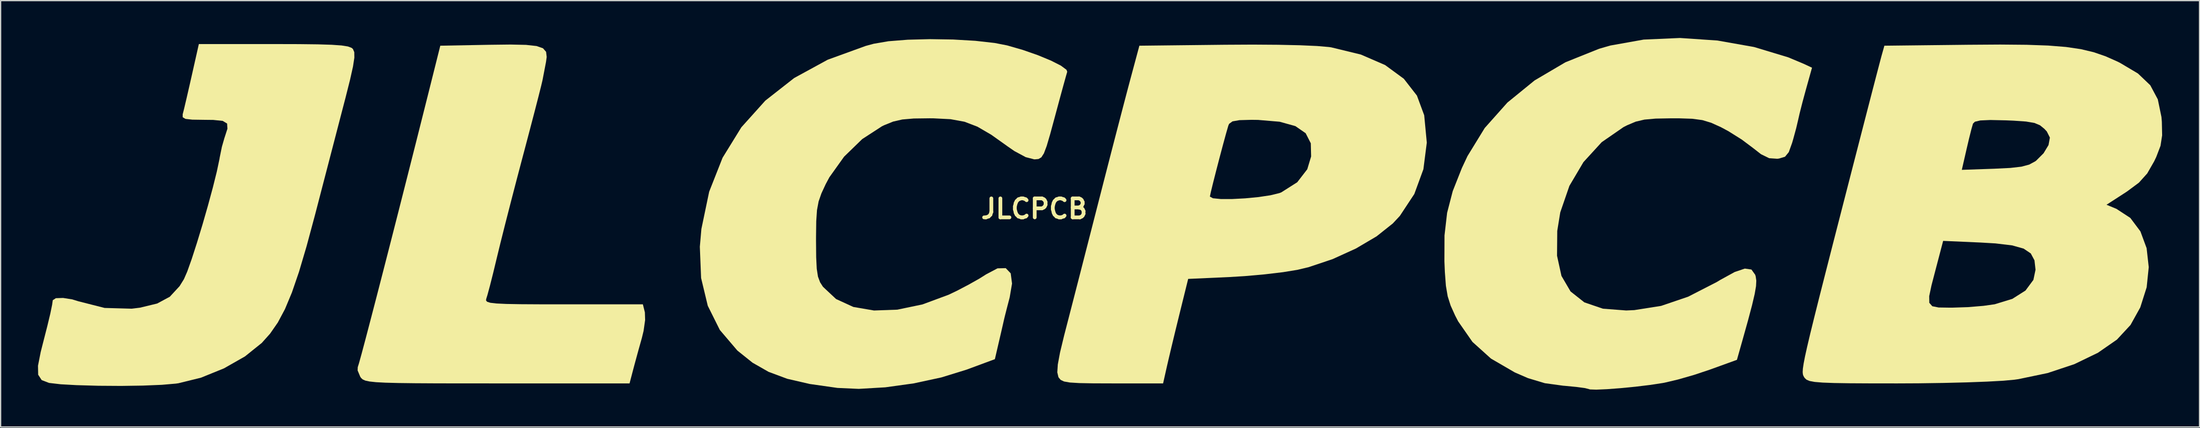
<source format=kicad_pcb>
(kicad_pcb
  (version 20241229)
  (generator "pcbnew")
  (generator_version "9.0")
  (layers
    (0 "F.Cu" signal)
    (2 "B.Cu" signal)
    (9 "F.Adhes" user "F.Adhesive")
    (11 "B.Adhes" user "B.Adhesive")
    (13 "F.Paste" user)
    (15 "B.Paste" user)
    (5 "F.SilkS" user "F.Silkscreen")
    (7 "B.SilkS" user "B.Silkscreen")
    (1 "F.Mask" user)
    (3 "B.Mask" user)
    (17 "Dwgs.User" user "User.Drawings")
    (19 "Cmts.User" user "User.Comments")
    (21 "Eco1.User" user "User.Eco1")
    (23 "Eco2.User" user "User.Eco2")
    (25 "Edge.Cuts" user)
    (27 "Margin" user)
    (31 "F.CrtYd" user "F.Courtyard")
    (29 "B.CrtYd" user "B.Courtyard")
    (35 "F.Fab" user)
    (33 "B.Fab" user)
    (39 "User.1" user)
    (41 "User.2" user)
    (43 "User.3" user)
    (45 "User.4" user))
  (footprint "JLCPCB Logo 2"
    (layer "F.Cu")
    (at 84.55 13.717)
    (property "Reference" "JLCPCB Logo 2" (at 0 0 0) (layer "F.SilkS") (effects (font (size 1.524 1.524) (thickness 0.3))))
    (attr board_only exclude_from_pos_files exclude_from_bom)
    (fp_poly (pts (xy -45.372 -13.163) (xy -44.525 -13.07) (xy -44.01 -12.89) (xy -43.762 -12.604) (xy -43.714 -12.192) (xy -43.769 -11.791) (xy -43.927 -10.966) (xy -44.05 -10.327) (xy -44.155 -9.882) (xy -44.374 -9.012) (xy -44.685 -7.805) (xy -45.067 -6.346) (xy -45.495 -4.722) (xy -45.623 -4.242) (xy -46.108 -2.404) (xy -46.594 -0.534) (xy -47.047 1.234) (xy -47.432 2.766) (xy -47.715 3.928) (xy -47.725 3.969) (xy -48.011 5.157) (xy -48.271 6.186) (xy -48.471 6.925) (xy -48.56 7.21) (xy -48.587 7.355) (xy -48.499 7.466) (xy -48.238 7.548) (xy -47.744 7.605) (xy -46.956 7.642) (xy -45.815 7.662) (xy -44.261 7.671) (xy -42.367 7.673) (xy -35.993 7.673) (xy -35.832 8.316) (xy -35.812 8.932) (xy -35.936 9.807) (xy -36.072 10.367) (xy -36.368 11.423) (xy -36.658 12.487) (xy -36.767 12.898) (xy -37.062 14.023) (xy -47.704 14.023) (xy -50.356 14.022) (xy -52.528 14.019) (xy -54.27 14.009) (xy -55.633 13.992) (xy -56.665 13.965) (xy -57.416 13.925) (xy -57.937 13.869) (xy -58.277 13.796) (xy -58.485 13.703) (xy -58.611 13.587) (xy -58.683 13.483) (xy -58.892 12.982) (xy -58.881 12.718) (xy -58.786 12.416) (xy -58.574 11.65) (xy -58.259 10.469) (xy -57.853 8.92) (xy -57.367 7.053) (xy -56.816 4.916) (xy -56.211 2.559) (xy -55.565 0.029) (xy -54.891 -2.625) (xy -54.2 -5.353) (xy -53.507 -8.107) (xy -53.217 -9.26) (xy -52.255 -13.097) (xy -48.322 -13.17) (xy -46.615 -13.19)) (stroke (width 0) (type solid)) (fill yes) (layer "F.SilkS"))
    (fp_poly (pts (xy -63.622 -13.224) (xy -62.094 -13.206) (xy -60.968 -13.171) (xy -60.183 -13.116) (xy -59.674 -13.036) (xy -59.38 -12.927) (xy -59.27 -12.836) (xy -59.161 -12.581) (xy -59.154 -12.137) (xy -59.262 -11.428) (xy -59.497 -10.373) (xy -59.87 -8.893) (xy -59.894 -8.802) (xy -60.263 -7.386) (xy -60.725 -5.608) (xy -61.243 -3.618) (xy -61.777 -1.567) (xy -62.287 0.396) (xy -62.322 0.529) (xy -62.994 3.025) (xy -63.599 5.067) (xy -64.167 6.722) (xy -64.724 8.056) (xy -65.299 9.135) (xy -65.919 10.028) (xy -66.586 10.773) (xy -67.936 11.857) (xy -69.625 12.817) (xy -71.468 13.564) (xy -73.278 14.01) (xy -73.477 14.039) (xy -74.614 14.137) (xy -76.13 14.199) (xy -77.875 14.225) (xy -79.701 14.213) (xy -81.457 14.163) (xy -82.727 14.093) (xy -83.664 13.984) (xy -84.254 13.757) (xy -84.536 13.326) (xy -84.55 12.605) (xy -84.334 11.509) (xy -84.177 10.888) (xy -83.806 9.437) (xy -83.558 8.405) (xy -83.415 7.702) (xy -83.364 7.342) (xy -83.115 7.179) (xy -82.535 7.16) (xy -81.799 7.277) (xy -81.31 7.427) (xy -79.203 7.963) (xy -77.029 8.023) (xy -76.365 7.942) (xy -74.981 7.608) (xy -73.969 7.063) (xy -73.185 6.215) (xy -72.834 5.649) (xy -72.568 5.039) (xy -72.209 4.03) (xy -71.791 2.736) (xy -71.346 1.273) (xy -70.91 -0.245) (xy -70.515 -1.703) (xy -70.195 -2.987) (xy -69.985 -3.982) (xy -69.96 -4.132) (xy -69.787 -4.979) (xy -69.578 -5.708) (xy -69.562 -5.75) (xy -69.342 -6.432) (xy -69.37 -6.847) (xy -69.723 -7.059) (xy -70.479 -7.136) (xy -71.191 -7.144) (xy -72.165 -7.158) (xy -72.713 -7.219) (xy -72.935 -7.353) (xy -72.935 -7.588) (xy -72.93 -7.607) (xy -72.817 -8.054) (xy -72.622 -8.882) (xy -72.376 -9.951) (xy -72.218 -10.649) (xy -71.637 -13.229) (xy -65.616 -13.229)) (stroke (width 0) (type solid)) (fill yes) (layer "F.SilkS"))
    (fp_poly (pts (xy 14.998 -13.171) (xy 16.744 -13.133) (xy 18.131 -13.072) (xy 19.086 -12.99) (xy 19.269 -12.963) (xy 21.644 -12.386) (xy 23.59 -11.543) (xy 25.093 -10.442) (xy 26.144 -9.091) (xy 26.729 -7.511) (xy 26.937 -5.313) (xy 26.664 -3.176) (xy 25.935 -1.186) (xy 24.774 0.572) (xy 24.205 1.181) (xy 22.908 2.212) (xy 21.244 3.192) (xy 19.373 4.043) (xy 17.457 4.686) (xy 16.536 4.905) (xy 15.39 5.091) (xy 13.921 5.265) (xy 12.334 5.406) (xy 11.101 5.481) (xy 7.781 5.631) (xy 7.087 8.438) (xy 6.762 9.764) (xy 6.449 11.061) (xy 6.193 12.146) (xy 6.08 12.634) (xy 5.768 14.023) (xy 1.703 14.023) (xy 0.145 14.018) (xy -0.966 13.997) (xy -1.715 13.951) (xy -2.183 13.869) (xy -2.453 13.742) (xy -2.609 13.559) (xy -2.636 13.511) (xy -2.725 13.134) (xy -2.684 12.502) (xy -2.505 11.539) (xy -2.174 10.165) (xy -2.098 9.873) (xy -1.808 8.75) (xy -1.414 7.223) (xy -0.945 5.401) (xy -0.43 3.393) (xy 0.105 1.309) (xy 0.542 -0.397) (xy 0.691 -0.979) (xy 9.526 -0.979) (xy 9.766 -0.846) (xy 10.402 -0.783) (xy 11.309 -0.783) (xy 12.359 -0.839) (xy 13.425 -0.941) (xy 14.38 -1.084) (xy 15.099 -1.259) (xy 15.262 -1.322) (xy 16.535 -2.13) (xy 17.342 -3.175) (xy 17.651 -4.202) (xy 17.625 -5.261) (xy 17.212 -6.069) (xy 16.387 -6.64) (xy 15.123 -6.991) (xy 13.396 -7.137) (xy 12.865 -7.144) (xy 11.899 -7.118) (xy 11.34 -7.021) (xy 11.069 -6.822) (xy 11.006 -6.681) (xy 10.824 -6.05) (xy 10.576 -5.142) (xy 10.296 -4.087) (xy 10.017 -3.013) (xy 9.773 -2.052) (xy 9.598 -1.333) (xy 9.526 -0.986) (xy 9.526 -0.979) (xy 0.691 -0.979) (xy 1.065 -2.437) (xy 1.588 -4.468) (xy 2.085 -6.385) (xy 2.528 -8.085) (xy 2.89 -9.465) (xy 3.117 -10.319) (xy 3.864 -13.097) (xy 10.729 -13.173) (xy 12.968 -13.185)) (stroke (width 0) (type solid)) (fill yes) (layer "F.SilkS"))
    (fp_poly (pts (xy -11.092 -13.594) (xy -9.31 -13.49) (xy -7.752 -13.315) (xy -6.747 -13.119) (xy -5.489 -12.756) (xy -4.286 -12.336) (xy -3.237 -11.902) (xy -2.438 -11.497) (xy -1.987 -11.163) (xy -1.927 -11.005) (xy -2.029 -10.652) (xy -2.24 -9.894) (xy -2.529 -8.835) (xy -2.867 -7.581) (xy -2.931 -7.343) (xy -3.302 -5.976) (xy -3.578 -5.039) (xy -3.799 -4.452) (xy -4.004 -4.132) (xy -4.232 -3.998) (xy -4.524 -3.97) (xy -4.575 -3.97) (xy -5.264 -4.148) (xy -6.173 -4.638) (xy -6.692 -4.997) (xy -8.029 -5.948) (xy -9.137 -6.594) (xy -10.172 -6.99) (xy -11.292 -7.195) (xy -12.653 -7.264) (xy -12.965 -7.267) (xy -14.246 -7.251) (xy -15.168 -7.172) (xy -15.901 -7.004) (xy -16.613 -6.717) (xy -16.801 -6.626) (xy -18.386 -5.597) (xy -19.84 -4.185) (xy -21.019 -2.534) (xy -21.315 -1.981) (xy -21.66 -1.237) (xy -21.885 -0.592) (xy -22.015 0.102) (xy -22.076 0.995) (xy -22.092 2.236) (xy -22.093 2.559) (xy -22.081 3.894) (xy -22.035 4.817) (xy -21.937 5.447) (xy -21.768 5.9) (xy -21.536 6.263) (xy -20.485 7.247) (xy -19.098 7.883) (xy -17.438 8.168) (xy -15.568 8.101) (xy -13.551 7.681) (xy -11.451 6.904) (xy -10.788 6.588) (xy -9.83 6.086) (xy -8.966 5.598) (xy -8.426 5.258) (xy -7.525 4.783) (xy -6.863 4.767) (xy -6.465 5.184) (xy -6.358 6.005) (xy -6.547 7.115) (xy -6.769 7.966) (xy -6.934 8.616) (xy -6.994 8.864) (xy -7.081 9.251) (xy -7.247 9.974) (xy -7.393 10.602) (xy -7.736 12.077) (xy -10.02 12.922) (xy -12.028 13.542) (xy -14.256 14.022) (xy -16.526 14.337) (xy -18.664 14.462) (xy -20.373 14.386) (xy -22.599 14.069) (xy -24.406 13.652) (xy -25.901 13.095) (xy -27.191 12.359) (xy -28.383 11.404) (xy -28.419 11.371) (xy -29.815 9.732) (xy -30.783 7.79) (xy -31.319 5.558) (xy -31.42 3.05) (xy -31.296 1.622) (xy -30.671 -1.372) (xy -29.595 -4.1) (xy -28.087 -6.545) (xy -26.165 -8.685) (xy -23.848 -10.501) (xy -21.154 -11.972) (xy -18.101 -13.08) (xy -17.462 -13.253) (xy -16.281 -13.455) (xy -14.726 -13.578) (xy -12.946 -13.623)) (stroke (width 0) (type solid)) (fill yes) (layer "F.SilkS"))
    (fp_poly (pts (xy 50.265 -13.513) (xy 53.211 -12.991) (xy 55.951 -12.163) (xy 57.174 -11.65) (xy 57.86 -11.33) (xy 57.368 -9.568) (xy 57.096 -8.566) (xy 56.871 -7.682) (xy 56.748 -7.144) (xy 56.592 -6.479) (xy 56.354 -5.604) (xy 56.263 -5.292) (xy 55.996 -4.55) (xy 55.693 -4.18) (xy 55.215 -4.035) (xy 55.068 -4.018) (xy 54.422 -4.062) (xy 53.763 -4.385) (xy 53.119 -4.887) (xy 52.219 -5.561) (xy 51.14 -6.237) (xy 50.543 -6.557) (xy 49.767 -6.907) (xy 49.062 -7.121) (xy 48.253 -7.23) (xy 47.167 -7.266) (xy 46.567 -7.266) (xy 45.306 -7.243) (xy 44.407 -7.163) (xy 43.702 -6.996) (xy 43.025 -6.711) (xy 42.73 -6.561) (xy 40.979 -5.351) (xy 39.513 -3.749) (xy 38.385 -1.842) (xy 37.651 0.287) (xy 37.409 1.776) (xy 37.392 3.772) (xy 37.747 5.392) (xy 38.477 6.639) (xy 39.585 7.515) (xy 41.072 8.023) (xy 42.943 8.166) (xy 43.594 8.137) (xy 45.748 7.798) (xy 47.92 7.059) (xy 50.21 5.884) (xy 50.507 5.706) (xy 51.655 5.076) (xy 52.468 4.802) (xy 52.999 4.879) (xy 53.301 5.301) (xy 53.34 5.436) (xy 53.388 5.77) (xy 53.366 6.212) (xy 53.258 6.842) (xy 53.048 7.738) (xy 52.719 8.979) (xy 52.254 10.642) (xy 52.22 10.761) (xy 51.833 12.13) (xy 49.633 12.926) (xy 48.394 13.339) (xy 47.114 13.707) (xy 46.037 13.962) (xy 45.876 13.992) (xy 44.847 14.148) (xy 43.676 14.289) (xy 42.486 14.405) (xy 41.4 14.487) (xy 40.542 14.524) (xy 40.032 14.507) (xy 39.952 14.48) (xy 39.642 14.401) (xy 38.946 14.307) (xy 38.007 14.217) (xy 37.878 14.207) (xy 36.416 14.007) (xy 35.061 13.6) (xy 34 13.14) (xy 32.089 12.03) (xy 30.602 10.69) (xy 29.454 9.04) (xy 29.211 8.571) (xy 28.85 7.771) (xy 28.615 7.031) (xy 28.471 6.188) (xy 28.387 5.077) (xy 28.351 4.215) (xy 28.359 2.137) (xy 28.568 0.323) (xy 29.019 -1.418) (xy 29.755 -3.278) (xy 30.204 -4.233) (xy 31.587 -6.487) (xy 33.406 -8.529) (xy 35.59 -10.308) (xy 38.068 -11.767) (xy 40.772 -12.852) (xy 41.672 -13.111) (xy 44.347 -13.588) (xy 47.261 -13.717)) (stroke (width 0) (type solid)) (fill yes) (layer "F.SilkS"))
    (fp_poly (pts (xy 75.086 -13.17) (xy 76.821 -13.109) (xy 78.248 -12.995) (xy 79.44 -12.82) (xy 80.47 -12.575) (xy 81.413 -12.251) (xy 82.342 -11.84) (xy 82.581 -11.722) (xy 84.025 -10.865) (xy 85.014 -9.922) (xy 85.618 -8.791) (xy 85.912 -7.37) (xy 85.944 -6.98) (xy 85.967 -5.9) (xy 85.836 -5.056) (xy 85.496 -4.166) (xy 85.326 -3.809) (xy 84.77 -2.839) (xy 84.104 -2.099) (xy 83.145 -1.387) (xy 83.052 -1.326) (xy 81.502 -0.324) (xy 82.296 0.004) (xy 83.413 0.734) (xy 84.224 1.816) (xy 84.721 3.163) (xy 84.891 4.688) (xy 84.725 6.304) (xy 84.211 7.922) (xy 83.428 9.331) (xy 82.34 10.503) (xy 80.812 11.563) (xy 78.929 12.473) (xy 76.775 13.191) (xy 74.434 13.68) (xy 74.107 13.726) (xy 73.23 13.807) (xy 71.923 13.879) (xy 70.286 13.94) (xy 68.417 13.986) (xy 66.416 14.015) (xy 64.712 14.023) (xy 62.571 14.021) (xy 60.898 14.012) (xy 59.632 13.992) (xy 58.713 13.958) (xy 58.078 13.905) (xy 57.668 13.829) (xy 57.421 13.726) (xy 57.277 13.593) (xy 57.236 13.532) (xy 57.173 13.425) (xy 57.129 13.299) (xy 57.111 13.115) (xy 57.127 12.836) (xy 57.188 12.427) (xy 57.3 11.849) (xy 57.474 11.065) (xy 57.716 10.038) (xy 58.037 8.732) (xy 58.444 7.108) (xy 58.467 7.018) (xy 67.268 7.018) (xy 67.276 7.551) (xy 67.515 7.825) (xy 68.022 7.926) (xy 68.834 7.938) (xy 69.152 7.938) (xy 70.377 7.898) (xy 71.629 7.794) (xy 72.523 7.668) (xy 73.942 7.234) (xy 74.997 6.566) (xy 75.633 5.708) (xy 75.803 4.894) (xy 75.719 4.141) (xy 75.423 3.587) (xy 74.846 3.197) (xy 73.923 2.939) (xy 72.586 2.78) (xy 71.391 2.71) (xy 68.387 2.578) (xy 67.795 4.832) (xy 67.454 6.14) (xy 67.268 7.018) (xy 58.467 7.018) (xy 58.947 5.131) (xy 59.553 2.761) (xy 60.272 -0.036) (xy 61.067 -3.127) (xy 69.886 -3.127) (xy 72.495 -3.217) (xy 73.786 -3.281) (xy 74.676 -3.383) (xy 75.293 -3.548) (xy 75.763 -3.801) (xy 75.851 -3.863) (xy 76.447 -4.458) (xy 76.845 -5.116) (xy 76.848 -5.126) (xy 76.956 -5.719) (xy 76.708 -6.21) (xy 76.511 -6.422) (xy 76.161 -6.707) (xy 75.714 -6.893) (xy 75.045 -7.007) (xy 74.029 -7.078) (xy 73.416 -7.103) (xy 72.174 -7.13) (xy 71.374 -7.095) (xy 70.935 -6.991) (xy 70.783 -6.839) (xy 70.659 -6.406) (xy 70.465 -5.635) (xy 70.27 -4.804) (xy 69.886 -3.127) (xy 61.067 -3.127) (xy 61.111 -3.3) (xy 61.352 -4.233) (xy 61.847 -6.154) (xy 62.309 -7.942) (xy 62.718 -9.522) (xy 63.056 -10.82) (xy 63.303 -11.762) (xy 63.439 -12.275) (xy 63.447 -12.303) (xy 63.67 -13.097) (xy 70.398 -13.172) (xy 72.97 -13.189)) (stroke (width 0) (type solid)) (fill yes) (layer "F.SilkS")))
  (gr_rect
    (start -3 -3)
    (end 173.517 31.241)
    (stroke (width 0.1) (type default))
    (fill no)
    (layer "Edge.Cuts")))
</source>
